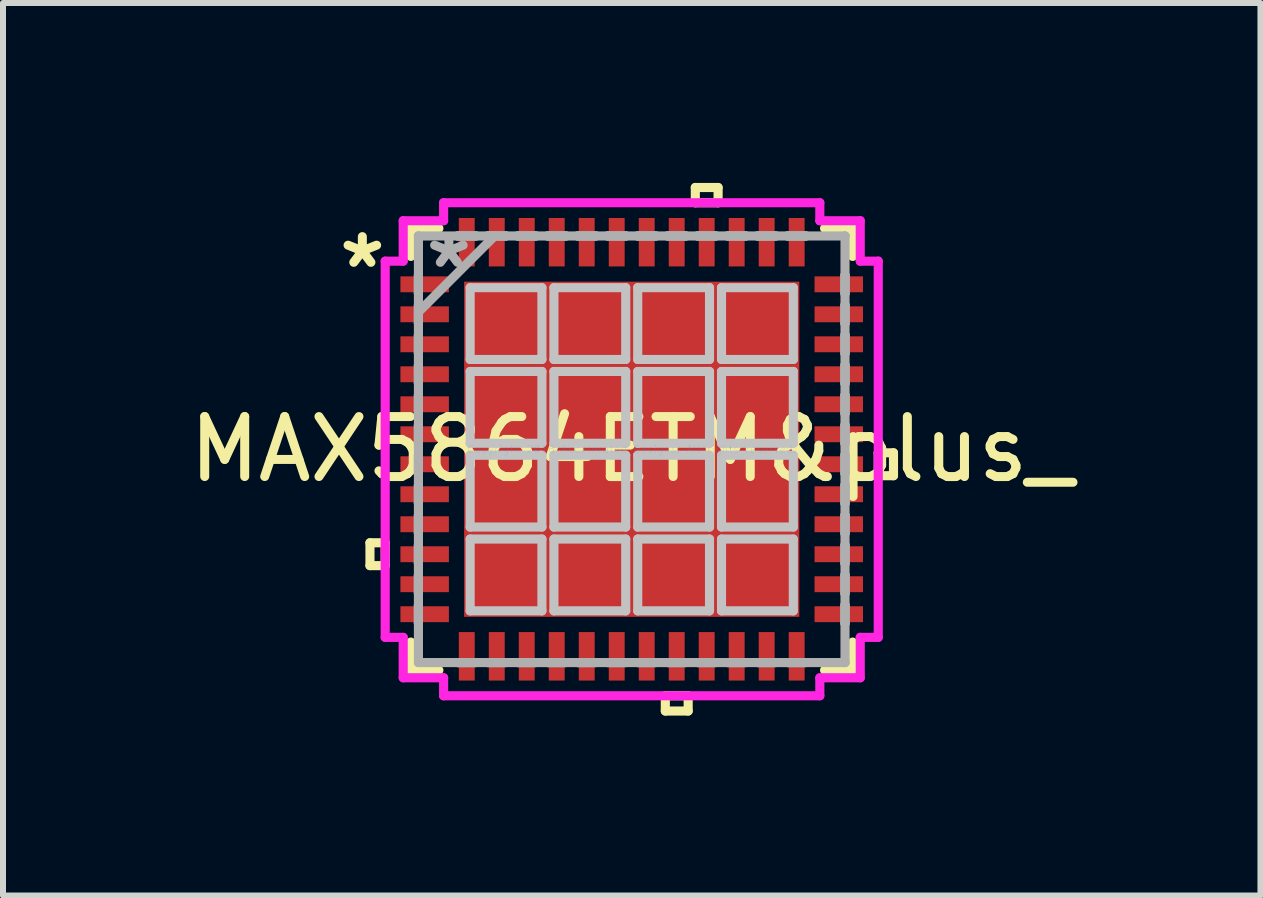
<source format=kicad_pcb>
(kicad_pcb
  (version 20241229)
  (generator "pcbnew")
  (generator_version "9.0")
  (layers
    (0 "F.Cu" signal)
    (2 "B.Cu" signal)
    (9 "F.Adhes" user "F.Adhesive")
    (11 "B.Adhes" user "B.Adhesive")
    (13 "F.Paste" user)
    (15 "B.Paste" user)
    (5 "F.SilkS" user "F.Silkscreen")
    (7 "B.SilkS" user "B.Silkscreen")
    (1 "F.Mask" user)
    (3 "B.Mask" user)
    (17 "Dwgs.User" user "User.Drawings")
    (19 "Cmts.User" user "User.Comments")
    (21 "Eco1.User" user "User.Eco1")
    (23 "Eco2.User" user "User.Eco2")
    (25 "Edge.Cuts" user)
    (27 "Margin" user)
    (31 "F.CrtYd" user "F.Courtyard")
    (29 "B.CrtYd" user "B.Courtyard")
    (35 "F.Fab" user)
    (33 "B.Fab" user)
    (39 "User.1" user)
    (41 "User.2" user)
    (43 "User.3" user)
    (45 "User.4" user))
  (footprint "MAX5864ETM&plus_"
    (layer "F.Cu")
    (at 7.482 4.44)
    (property "Reference" "MAX5864ETM&plus_" (at 0 0 0) (layer "F.SilkS") (effects (font (size 1 1) (thickness 0.15))))
    (attr through_hole)
    (fp_line (start -4.364 1.559) (end -4.364 1.94) (stroke (width 0.152) (type solid)) (layer "F.SilkS"))
    (fp_line (start -4.364 1.94) (end -4.11 1.94) (stroke (width 0.152) (type solid)) (layer "F.SilkS"))
    (fp_line (start -4.11 1.559) (end -4.364 1.559) (stroke (width 0.152) (type solid)) (layer "F.SilkS"))
    (fp_line (start -4.11 1.94) (end -4.11 1.559) (stroke (width 0.152) (type solid)) (layer "F.SilkS"))
    (fp_line (start -3.683 -3.683) (end -3.683 -3.215) (stroke (width 0.152) (type solid)) (layer "F.SilkS"))
    (fp_line (start -3.683 3.215) (end -3.683 3.683) (stroke (width 0.152) (type solid)) (layer "F.SilkS"))
    (fp_line (start -3.683 3.683) (end -3.215 3.683) (stroke (width 0.152) (type solid)) (layer "F.SilkS"))
    (fp_line (start -3.215 -3.683) (end -3.683 -3.683) (stroke (width 0.152) (type solid)) (layer "F.SilkS"))
    (fp_line (start 0.56 4.11) (end 0.56 4.364) (stroke (width 0.152) (type solid)) (layer "F.SilkS"))
    (fp_line (start 0.56 4.364) (end 0.941 4.364) (stroke (width 0.152) (type solid)) (layer "F.SilkS"))
    (fp_line (start 0.941 4.11) (end 0.56 4.11) (stroke (width 0.152) (type solid)) (layer "F.SilkS"))
    (fp_line (start 0.941 4.364) (end 0.941 4.11) (stroke (width 0.152) (type solid)) (layer "F.SilkS"))
    (fp_line (start 1.06 -4.364) (end 1.44 -4.364) (stroke (width 0.152) (type solid)) (layer "F.SilkS"))
    (fp_line (start 1.06 -4.11) (end 1.06 -4.364) (stroke (width 0.152) (type solid)) (layer "F.SilkS"))
    (fp_line (start 1.44 -4.364) (end 1.44 -4.11) (stroke (width 0.152) (type solid)) (layer "F.SilkS"))
    (fp_line (start 1.44 -4.11) (end 1.06 -4.11) (stroke (width 0.152) (type solid)) (layer "F.SilkS"))
    (fp_line (start 3.215 3.683) (end 3.683 3.683) (stroke (width 0.152) (type solid)) (layer "F.SilkS"))
    (fp_line (start 3.683 -3.683) (end 3.215 -3.683) (stroke (width 0.152) (type solid)) (layer "F.SilkS"))
    (fp_line (start 3.683 -3.215) (end 3.683 -3.683) (stroke (width 0.152) (type solid)) (layer "F.SilkS"))
    (fp_line (start 3.683 3.683) (end 3.683 3.215) (stroke (width 0.152) (type solid)) (layer "F.SilkS"))
    (fp_line (start 4.11 0.059) (end 4.364 0.059) (stroke (width 0.152) (type solid)) (layer "F.SilkS"))
    (fp_line (start 4.11 0.441) (end 4.11 0.059) (stroke (width 0.152) (type solid)) (layer "F.SilkS"))
    (fp_line (start 4.364 0.059) (end 4.364 0.441) (stroke (width 0.152) (type solid)) (layer "F.SilkS"))
    (fp_line (start 4.364 0.441) (end 4.11 0.441) (stroke (width 0.152) (type solid)) (layer "F.SilkS"))
    (fp_line (start -2.694 -2.694) (end -2.694 -1.497) (stroke (width 0.152) (type solid)) (layer "Dwgs.User"))
    (fp_line (start -2.694 -1.497) (end -1.497 -1.497) (stroke (width 0.152) (type solid)) (layer "Dwgs.User"))
    (fp_line (start -2.694 -1.297) (end -2.694 -0.1) (stroke (width 0.152) (type solid)) (layer "Dwgs.User"))
    (fp_line (start -2.694 -0.1) (end -1.497 -0.1) (stroke (width 0.152) (type solid)) (layer "Dwgs.User"))
    (fp_line (start -2.694 0.1) (end -2.694 1.297) (stroke (width 0.152) (type solid)) (layer "Dwgs.User"))
    (fp_line (start -2.694 1.297) (end -1.497 1.297) (stroke (width 0.152) (type solid)) (layer "Dwgs.User"))
    (fp_line (start -2.694 1.497) (end -2.694 2.694) (stroke (width 0.152) (type solid)) (layer "Dwgs.User"))
    (fp_line (start -2.694 2.694) (end -1.497 2.694) (stroke (width 0.152) (type solid)) (layer "Dwgs.User"))
    (fp_line (start -1.497 -2.694) (end -2.694 -2.694) (stroke (width 0.152) (type solid)) (layer "Dwgs.User"))
    (fp_line (start -1.497 -1.497) (end -1.497 -2.694) (stroke (width 0.152) (type solid)) (layer "Dwgs.User"))
    (fp_line (start -1.497 -1.297) (end -2.694 -1.297) (stroke (width 0.152) (type solid)) (layer "Dwgs.User"))
    (fp_line (start -1.497 -0.1) (end -1.497 -1.297) (stroke (width 0.152) (type solid)) (layer "Dwgs.User"))
    (fp_line (start -1.497 0.1) (end -2.694 0.1) (stroke (width 0.152) (type solid)) (layer "Dwgs.User"))
    (fp_line (start -1.497 1.297) (end -1.497 0.1) (stroke (width 0.152) (type solid)) (layer "Dwgs.User"))
    (fp_line (start -1.497 1.497) (end -2.694 1.497) (stroke (width 0.152) (type solid)) (layer "Dwgs.User"))
    (fp_line (start -1.497 2.694) (end -1.497 1.497) (stroke (width 0.152) (type solid)) (layer "Dwgs.User"))
    (fp_line (start -1.297 -2.694) (end -1.297 -1.497) (stroke (width 0.152) (type solid)) (layer "Dwgs.User"))
    (fp_line (start -1.297 -1.497) (end -0.1 -1.497) (stroke (width 0.152) (type solid)) (layer "Dwgs.User"))
    (fp_line (start -1.297 -1.297) (end -1.297 -0.1) (stroke (width 0.152) (type solid)) (layer "Dwgs.User"))
    (fp_line (start -1.297 -0.1) (end -0.1 -0.1) (stroke (width 0.152) (type solid)) (layer "Dwgs.User"))
    (fp_line (start -1.297 0.1) (end -1.297 1.297) (stroke (width 0.152) (type solid)) (layer "Dwgs.User"))
    (fp_line (start -1.297 1.297) (end -0.1 1.297) (stroke (width 0.152) (type solid)) (layer "Dwgs.User"))
    (fp_line (start -1.297 1.497) (end -1.297 2.694) (stroke (width 0.152) (type solid)) (layer "Dwgs.User"))
    (fp_line (start -1.297 2.694) (end -0.1 2.694) (stroke (width 0.152) (type solid)) (layer "Dwgs.User"))
    (fp_line (start -0.1 -2.694) (end -1.297 -2.694) (stroke (width 0.152) (type solid)) (layer "Dwgs.User"))
    (fp_line (start -0.1 -1.497) (end -0.1 -2.694) (stroke (width 0.152) (type solid)) (layer "Dwgs.User"))
    (fp_line (start -0.1 -1.297) (end -1.297 -1.297) (stroke (width 0.152) (type solid)) (layer "Dwgs.User"))
    (fp_line (start -0.1 -0.1) (end -0.1 -1.297) (stroke (width 0.152) (type solid)) (layer "Dwgs.User"))
    (fp_line (start -0.1 0.1) (end -1.297 0.1) (stroke (width 0.152) (type solid)) (layer "Dwgs.User"))
    (fp_line (start -0.1 1.297) (end -0.1 0.1) (stroke (width 0.152) (type solid)) (layer "Dwgs.User"))
    (fp_line (start -0.1 1.497) (end -1.297 1.497) (stroke (width 0.152) (type solid)) (layer "Dwgs.User"))
    (fp_line (start -0.1 2.694) (end -0.1 1.497) (stroke (width 0.152) (type solid)) (layer "Dwgs.User"))
    (fp_line (start 0.1 -2.694) (end 0.1 -1.497) (stroke (width 0.152) (type solid)) (layer "Dwgs.User"))
    (fp_line (start 0.1 -1.497) (end 1.297 -1.497) (stroke (width 0.152) (type solid)) (layer "Dwgs.User"))
    (fp_line (start 0.1 -1.297) (end 0.1 -0.1) (stroke (width 0.152) (type solid)) (layer "Dwgs.User"))
    (fp_line (start 0.1 -0.1) (end 1.297 -0.1) (stroke (width 0.152) (type solid)) (layer "Dwgs.User"))
    (fp_line (start 0.1 0.1) (end 0.1 1.297) (stroke (width 0.152) (type solid)) (layer "Dwgs.User"))
    (fp_line (start 0.1 1.297) (end 1.297 1.297) (stroke (width 0.152) (type solid)) (layer "Dwgs.User"))
    (fp_line (start 0.1 1.497) (end 0.1 2.694) (stroke (width 0.152) (type solid)) (layer "Dwgs.User"))
    (fp_line (start 0.1 2.694) (end 1.297 2.694) (stroke (width 0.152) (type solid)) (layer "Dwgs.User"))
    (fp_line (start 1.297 -2.694) (end 0.1 -2.694) (stroke (width 0.152) (type solid)) (layer "Dwgs.User"))
    (fp_line (start 1.297 -1.497) (end 1.297 -2.694) (stroke (width 0.152) (type solid)) (layer "Dwgs.User"))
    (fp_line (start 1.297 -1.297) (end 0.1 -1.297) (stroke (width 0.152) (type solid)) (layer "Dwgs.User"))
    (fp_line (start 1.297 -0.1) (end 1.297 -1.297) (stroke (width 0.152) (type solid)) (layer "Dwgs.User"))
    (fp_line (start 1.297 0.1) (end 0.1 0.1) (stroke (width 0.152) (type solid)) (layer "Dwgs.User"))
    (fp_line (start 1.297 1.297) (end 1.297 0.1) (stroke (width 0.152) (type solid)) (layer "Dwgs.User"))
    (fp_line (start 1.297 1.497) (end 0.1 1.497) (stroke (width 0.152) (type solid)) (layer "Dwgs.User"))
    (fp_line (start 1.297 2.694) (end 1.297 1.497) (stroke (width 0.152) (type solid)) (layer "Dwgs.User"))
    (fp_line (start 1.497 -2.694) (end 1.497 -1.497) (stroke (width 0.152) (type solid)) (layer "Dwgs.User"))
    (fp_line (start 1.497 -1.497) (end 2.694 -1.497) (stroke (width 0.152) (type solid)) (layer "Dwgs.User"))
    (fp_line (start 1.497 -1.297) (end 1.497 -0.1) (stroke (width 0.152) (type solid)) (layer "Dwgs.User"))
    (fp_line (start 1.497 -0.1) (end 2.694 -0.1) (stroke (width 0.152) (type solid)) (layer "Dwgs.User"))
    (fp_line (start 1.497 0.1) (end 1.497 1.297) (stroke (width 0.152) (type solid)) (layer "Dwgs.User"))
    (fp_line (start 1.497 1.297) (end 2.694 1.297) (stroke (width 0.152) (type solid)) (layer "Dwgs.User"))
    (fp_line (start 1.497 1.497) (end 1.497 2.694) (stroke (width 0.152) (type solid)) (layer "Dwgs.User"))
    (fp_line (start 1.497 2.694) (end 2.694 2.694) (stroke (width 0.152) (type solid)) (layer "Dwgs.User"))
    (fp_line (start 2.694 -2.694) (end 1.497 -2.694) (stroke (width 0.152) (type solid)) (layer "Dwgs.User"))
    (fp_line (start 2.694 -1.497) (end 2.694 -2.694) (stroke (width 0.152) (type solid)) (layer "Dwgs.User"))
    (fp_line (start 2.694 -1.297) (end 1.497 -1.297) (stroke (width 0.152) (type solid)) (layer "Dwgs.User"))
    (fp_line (start 2.694 -0.1) (end 2.694 -1.297) (stroke (width 0.152) (type solid)) (layer "Dwgs.User"))
    (fp_line (start 2.694 0.1) (end 1.497 0.1) (stroke (width 0.152) (type solid)) (layer "Dwgs.User"))
    (fp_line (start 2.694 1.297) (end 2.694 0.1) (stroke (width 0.152) (type solid)) (layer "Dwgs.User"))
    (fp_line (start 2.694 1.497) (end 1.497 1.497) (stroke (width 0.152) (type solid)) (layer "Dwgs.User"))
    (fp_line (start 2.694 2.694) (end 2.694 1.497) (stroke (width 0.152) (type solid)) (layer "Dwgs.User"))
    (fp_line (start -4.11 -3.136) (end -3.81 -3.136) (stroke (width 0.152) (type solid)) (layer "F.CrtYd"))
    (fp_line (start -4.11 3.136) (end -4.11 -3.136) (stroke (width 0.152) (type solid)) (layer "F.CrtYd"))
    (fp_line (start -3.81 -3.81) (end -3.136 -3.81) (stroke (width 0.152) (type solid)) (layer "F.CrtYd"))
    (fp_line (start -3.81 -3.136) (end -3.81 -3.81) (stroke (width 0.152) (type solid)) (layer "F.CrtYd"))
    (fp_line (start -3.81 3.136) (end -4.11 3.136) (stroke (width 0.152) (type solid)) (layer "F.CrtYd"))
    (fp_line (start -3.81 3.81) (end -3.81 3.136) (stroke (width 0.152) (type solid)) (layer "F.CrtYd"))
    (fp_line (start -3.136 -4.11) (end 3.136 -4.11) (stroke (width 0.152) (type solid)) (layer "F.CrtYd"))
    (fp_line (start -3.136 -3.81) (end -3.136 -4.11) (stroke (width 0.152) (type solid)) (layer "F.CrtYd"))
    (fp_line (start -3.136 3.81) (end -3.81 3.81) (stroke (width 0.152) (type solid)) (layer "F.CrtYd"))
    (fp_line (start -3.136 4.11) (end -3.136 3.81) (stroke (width 0.152) (type solid)) (layer "F.CrtYd"))
    (fp_line (start 3.136 -4.11) (end 3.136 -3.81) (stroke (width 0.152) (type solid)) (layer "F.CrtYd"))
    (fp_line (start 3.136 -3.81) (end 3.81 -3.81) (stroke (width 0.152) (type solid)) (layer "F.CrtYd"))
    (fp_line (start 3.136 3.81) (end 3.136 4.11) (stroke (width 0.152) (type solid)) (layer "F.CrtYd"))
    (fp_line (start 3.136 4.11) (end -3.136 4.11) (stroke (width 0.152) (type solid)) (layer "F.CrtYd"))
    (fp_line (start 3.81 -3.81) (end 3.81 -3.136) (stroke (width 0.152) (type solid)) (layer "F.CrtYd"))
    (fp_line (start 3.81 -3.136) (end 4.11 -3.136) (stroke (width 0.152) (type solid)) (layer "F.CrtYd"))
    (fp_line (start 3.81 3.136) (end 3.81 3.81) (stroke (width 0.152) (type solid)) (layer "F.CrtYd"))
    (fp_line (start 3.81 3.81) (end 3.136 3.81) (stroke (width 0.152) (type solid)) (layer "F.CrtYd"))
    (fp_line (start 4.11 -3.136) (end 4.11 3.136) (stroke (width 0.152) (type solid)) (layer "F.CrtYd"))
    (fp_line (start 4.11 3.136) (end 3.81 3.136) (stroke (width 0.152) (type solid)) (layer "F.CrtYd"))
    (fp_line (start -3.556 -3.556) (end -3.556 -3.556) (stroke (width 0.152) (type solid)) (layer "F.Fab"))
    (fp_line (start -3.556 -3.556) (end -3.556 3.556) (stroke (width 0.152) (type solid)) (layer "F.Fab"))
    (fp_line (start -3.556 -2.902) (end -3.556 -2.902) (stroke (width 0.152) (type solid)) (layer "F.Fab"))
    (fp_line (start -3.556 -2.902) (end -3.556 -2.598) (stroke (width 0.152) (type solid)) (layer "F.Fab"))
    (fp_line (start -3.556 -2.598) (end -3.556 -2.902) (stroke (width 0.152) (type solid)) (layer "F.Fab"))
    (fp_line (start -3.556 -2.598) (end -3.556 -2.598) (stroke (width 0.152) (type solid)) (layer "F.Fab"))
    (fp_line (start -3.556 -2.402) (end -3.556 -2.402) (stroke (width 0.152) (type solid)) (layer "F.Fab"))
    (fp_line (start -3.556 -2.402) (end -3.556 -2.098) (stroke (width 0.152) (type solid)) (layer "F.Fab"))
    (fp_line (start -3.556 -2.286) (end -2.286 -3.556) (stroke (width 0.152) (type solid)) (layer "F.Fab"))
    (fp_line (start -3.556 -2.098) (end -3.556 -2.402) (stroke (width 0.152) (type solid)) (layer "F.Fab"))
    (fp_line (start -3.556 -2.098) (end -3.556 -2.098) (stroke (width 0.152) (type solid)) (layer "F.Fab"))
    (fp_line (start -3.556 -1.902) (end -3.556 -1.902) (stroke (width 0.152) (type solid)) (layer "F.Fab"))
    (fp_line (start -3.556 -1.902) (end -3.556 -1.598) (stroke (width 0.152) (type solid)) (layer "F.Fab"))
    (fp_line (start -3.556 -1.598) (end -3.556 -1.902) (stroke (width 0.152) (type solid)) (layer "F.Fab"))
    (fp_line (start -3.556 -1.598) (end -3.556 -1.598) (stroke (width 0.152) (type solid)) (layer "F.Fab"))
    (fp_line (start -3.556 -1.402) (end -3.556 -1.402) (stroke (width 0.152) (type solid)) (layer "F.Fab"))
    (fp_line (start -3.556 -1.402) (end -3.556 -1.098) (stroke (width 0.152) (type solid)) (layer "F.Fab"))
    (fp_line (start -3.556 -1.098) (end -3.556 -1.402) (stroke (width 0.152) (type solid)) (layer "F.Fab"))
    (fp_line (start -3.556 -1.098) (end -3.556 -1.098) (stroke (width 0.152) (type solid)) (layer "F.Fab"))
    (fp_line (start -3.556 -0.902) (end -3.556 -0.902) (stroke (width 0.152) (type solid)) (layer "F.Fab"))
    (fp_line (start -3.556 -0.902) (end -3.556 -0.598) (stroke (width 0.152) (type solid)) (layer "F.Fab"))
    (fp_line (start -3.556 -0.598) (end -3.556 -0.902) (stroke (width 0.152) (type solid)) (layer "F.Fab"))
    (fp_line (start -3.556 -0.598) (end -3.556 -0.598) (stroke (width 0.152) (type solid)) (layer "F.Fab"))
    (fp_line (start -3.556 -0.402) (end -3.556 -0.402) (stroke (width 0.152) (type solid)) (layer "F.Fab"))
    (fp_line (start -3.556 -0.402) (end -3.556 -0.098) (stroke (width 0.152) (type solid)) (layer "F.Fab"))
    (fp_line (start -3.556 -0.098) (end -3.556 -0.402) (stroke (width 0.152) (type solid)) (layer "F.Fab"))
    (fp_line (start -3.556 -0.098) (end -3.556 -0.098) (stroke (width 0.152) (type solid)) (layer "F.Fab"))
    (fp_line (start -3.556 0.098) (end -3.556 0.098) (stroke (width 0.152) (type solid)) (layer "F.Fab"))
    (fp_line (start -3.556 0.098) (end -3.556 0.402) (stroke (width 0.152) (type solid)) (layer "F.Fab"))
    (fp_line (start -3.556 0.402) (end -3.556 0.098) (stroke (width 0.152) (type solid)) (layer "F.Fab"))
    (fp_line (start -3.556 0.402) (end -3.556 0.402) (stroke (width 0.152) (type solid)) (layer "F.Fab"))
    (fp_line (start -3.556 0.598) (end -3.556 0.598) (stroke (width 0.152) (type solid)) (layer "F.Fab"))
    (fp_line (start -3.556 0.598) (end -3.556 0.902) (stroke (width 0.152) (type solid)) (layer "F.Fab"))
    (fp_line (start -3.556 0.902) (end -3.556 0.598) (stroke (width 0.152) (type solid)) (layer "F.Fab"))
    (fp_line (start -3.556 0.902) (end -3.556 0.902) (stroke (width 0.152) (type solid)) (layer "F.Fab"))
    (fp_line (start -3.556 1.098) (end -3.556 1.098) (stroke (width 0.152) (type solid)) (layer "F.Fab"))
    (fp_line (start -3.556 1.098) (end -3.556 1.402) (stroke (width 0.152) (type solid)) (layer "F.Fab"))
    (fp_line (start -3.556 1.402) (end -3.556 1.098) (stroke (width 0.152) (type solid)) (layer "F.Fab"))
    (fp_line (start -3.556 1.402) (end -3.556 1.402) (stroke (width 0.152) (type solid)) (layer "F.Fab"))
    (fp_line (start -3.556 1.598) (end -3.556 1.598) (stroke (width 0.152) (type solid)) (layer "F.Fab"))
    (fp_line (start -3.556 1.598) (end -3.556 1.902) (stroke (width 0.152) (type solid)) (layer "F.Fab"))
    (fp_line (start -3.556 1.902) (end -3.556 1.598) (stroke (width 0.152) (type solid)) (layer "F.Fab"))
    (fp_line (start -3.556 1.902) (end -3.556 1.902) (stroke (width 0.152) (type solid)) (layer "F.Fab"))
    (fp_line (start -3.556 2.098) (end -3.556 2.098) (stroke (width 0.152) (type solid)) (layer "F.Fab"))
    (fp_line (start -3.556 2.098) (end -3.556 2.402) (stroke (width 0.152) (type solid)) (layer "F.Fab"))
    (fp_line (start -3.556 2.402) (end -3.556 2.098) (stroke (width 0.152) (type solid)) (layer "F.Fab"))
    (fp_line (start -3.556 2.402) (end -3.556 2.402) (stroke (width 0.152) (type solid)) (layer "F.Fab"))
    (fp_line (start -3.556 2.598) (end -3.556 2.598) (stroke (width 0.152) (type solid)) (layer "F.Fab"))
    (fp_line (start -3.556 2.598) (end -3.556 2.902) (stroke (width 0.152) (type solid)) (layer "F.Fab"))
    (fp_line (start -3.556 2.902) (end -3.556 2.598) (stroke (width 0.152) (type solid)) (layer "F.Fab"))
    (fp_line (start -3.556 2.902) (end -3.556 2.902) (stroke (width 0.152) (type solid)) (layer "F.Fab"))
    (fp_line (start -3.556 3.556) (end -3.556 3.556) (stroke (width 0.152) (type solid)) (layer "F.Fab"))
    (fp_line (start -3.556 3.556) (end 3.556 3.556) (stroke (width 0.152) (type solid)) (layer "F.Fab"))
    (fp_line (start -2.902 -3.556) (end -2.902 -3.556) (stroke (width 0.152) (type solid)) (layer "F.Fab"))
    (fp_line (start -2.902 -3.556) (end -2.598 -3.556) (stroke (width 0.152) (type solid)) (layer "F.Fab"))
    (fp_line (start -2.902 3.556) (end -2.902 3.556) (stroke (width 0.152) (type solid)) (layer "F.Fab"))
    (fp_line (start -2.902 3.556) (end -2.598 3.556) (stroke (width 0.152) (type solid)) (layer "F.Fab"))
    (fp_line (start -2.598 -3.556) (end -2.902 -3.556) (stroke (width 0.152) (type solid)) (layer "F.Fab"))
    (fp_line (start -2.598 -3.556) (end -2.598 -3.556) (stroke (width 0.152) (type solid)) (layer "F.Fab"))
    (fp_line (start -2.598 3.556) (end -2.902 3.556) (stroke (width 0.152) (type solid)) (layer "F.Fab"))
    (fp_line (start -2.598 3.556) (end -2.598 3.556) (stroke (width 0.152) (type solid)) (layer "F.Fab"))
    (fp_line (start -2.402 -3.556) (end -2.402 -3.556) (stroke (width 0.152) (type solid)) (layer "F.Fab"))
    (fp_line (start -2.402 -3.556) (end -2.098 -3.556) (stroke (width 0.152) (type solid)) (layer "F.Fab"))
    (fp_line (start -2.402 3.556) (end -2.402 3.556) (stroke (width 0.152) (type solid)) (layer "F.Fab"))
    (fp_line (start -2.402 3.556) (end -2.098 3.556) (stroke (width 0.152) (type solid)) (layer "F.Fab"))
    (fp_line (start -2.098 -3.556) (end -2.402 -3.556) (stroke (width 0.152) (type solid)) (layer "F.Fab"))
    (fp_line (start -2.098 -3.556) (end -2.098 -3.556) (stroke (width 0.152) (type solid)) (layer "F.Fab"))
    (fp_line (start -2.098 3.556) (end -2.402 3.556) (stroke (width 0.152) (type solid)) (layer "F.Fab"))
    (fp_line (start -2.098 3.556) (end -2.098 3.556) (stroke (width 0.152) (type solid)) (layer "F.Fab"))
    (fp_line (start -1.902 -3.556) (end -1.902 -3.556) (stroke (width 0.152) (type solid)) (layer "F.Fab"))
    (fp_line (start -1.902 -3.556) (end -1.598 -3.556) (stroke (width 0.152) (type solid)) (layer "F.Fab"))
    (fp_line (start -1.902 3.556) (end -1.902 3.556) (stroke (width 0.152) (type solid)) (layer "F.Fab"))
    (fp_line (start -1.902 3.556) (end -1.598 3.556) (stroke (width 0.152) (type solid)) (layer "F.Fab"))
    (fp_line (start -1.598 -3.556) (end -1.902 -3.556) (stroke (width 0.152) (type solid)) (layer "F.Fab"))
    (fp_line (start -1.598 -3.556) (end -1.598 -3.556) (stroke (width 0.152) (type solid)) (layer "F.Fab"))
    (fp_line (start -1.598 3.556) (end -1.902 3.556) (stroke (width 0.152) (type solid)) (layer "F.Fab"))
    (fp_line (start -1.598 3.556) (end -1.598 3.556) (stroke (width 0.152) (type solid)) (layer "F.Fab"))
    (fp_line (start -1.402 -3.556) (end -1.402 -3.556) (stroke (width 0.152) (type solid)) (layer "F.Fab"))
    (fp_line (start -1.402 -3.556) (end -1.098 -3.556) (stroke (width 0.152) (type solid)) (layer "F.Fab"))
    (fp_line (start -1.402 3.556) (end -1.402 3.556) (stroke (width 0.152) (type solid)) (layer "F.Fab"))
    (fp_line (start -1.402 3.556) (end -1.098 3.556) (stroke (width 0.152) (type solid)) (layer "F.Fab"))
    (fp_line (start -1.098 -3.556) (end -1.402 -3.556) (stroke (width 0.152) (type solid)) (layer "F.Fab"))
    (fp_line (start -1.098 -3.556) (end -1.098 -3.556) (stroke (width 0.152) (type solid)) (layer "F.Fab"))
    (fp_line (start -1.098 3.556) (end -1.402 3.556) (stroke (width 0.152) (type solid)) (layer "F.Fab"))
    (fp_line (start -1.098 3.556) (end -1.098 3.556) (stroke (width 0.152) (type solid)) (layer "F.Fab"))
    (fp_line (start -0.902 -3.556) (end -0.902 -3.556) (stroke (width 0.152) (type solid)) (layer "F.Fab"))
    (fp_line (start -0.902 -3.556) (end -0.598 -3.556) (stroke (width 0.152) (type solid)) (layer "F.Fab"))
    (fp_line (start -0.902 3.556) (end -0.902 3.556) (stroke (width 0.152) (type solid)) (layer "F.Fab"))
    (fp_line (start -0.902 3.556) (end -0.598 3.556) (stroke (width 0.152) (type solid)) (layer "F.Fab"))
    (fp_line (start -0.598 -3.556) (end -0.902 -3.556) (stroke (width 0.152) (type solid)) (layer "F.Fab"))
    (fp_line (start -0.598 -3.556) (end -0.598 -3.556) (stroke (width 0.152) (type solid)) (layer "F.Fab"))
    (fp_line (start -0.598 3.556) (end -0.902 3.556) (stroke (width 0.152) (type solid)) (layer "F.Fab"))
    (fp_line (start -0.598 3.556) (end -0.598 3.556) (stroke (width 0.152) (type solid)) (layer "F.Fab"))
    (fp_line (start -0.402 -3.556) (end -0.402 -3.556) (stroke (width 0.152) (type solid)) (layer "F.Fab"))
    (fp_line (start -0.402 -3.556) (end -0.098 -3.556) (stroke (width 0.152) (type solid)) (layer "F.Fab"))
    (fp_line (start -0.402 3.556) (end -0.402 3.556) (stroke (width 0.152) (type solid)) (layer "F.Fab"))
    (fp_line (start -0.402 3.556) (end -0.098 3.556) (stroke (width 0.152) (type solid)) (layer "F.Fab"))
    (fp_line (start -0.098 -3.556) (end -0.402 -3.556) (stroke (width 0.152) (type solid)) (layer "F.Fab"))
    (fp_line (start -0.098 -3.556) (end -0.098 -3.556) (stroke (width 0.152) (type solid)) (layer "F.Fab"))
    (fp_line (start -0.098 3.556) (end -0.402 3.556) (stroke (width 0.152) (type solid)) (layer "F.Fab"))
    (fp_line (start -0.098 3.556) (end -0.098 3.556) (stroke (width 0.152) (type solid)) (layer "F.Fab"))
    (fp_line (start 0.098 -3.556) (end 0.098 -3.556) (stroke (width 0.152) (type solid)) (layer "F.Fab"))
    (fp_line (start 0.098 -3.556) (end 0.402 -3.556) (stroke (width 0.152) (type solid)) (layer "F.Fab"))
    (fp_line (start 0.098 3.556) (end 0.098 3.556) (stroke (width 0.152) (type solid)) (layer "F.Fab"))
    (fp_line (start 0.098 3.556) (end 0.402 3.556) (stroke (width 0.152) (type solid)) (layer "F.Fab"))
    (fp_line (start 0.402 -3.556) (end 0.098 -3.556) (stroke (width 0.152) (type solid)) (layer "F.Fab"))
    (fp_line (start 0.402 -3.556) (end 0.402 -3.556) (stroke (width 0.152) (type solid)) (layer "F.Fab"))
    (fp_line (start 0.402 3.556) (end 0.098 3.556) (stroke (width 0.152) (type solid)) (layer "F.Fab"))
    (fp_line (start 0.402 3.556) (end 0.402 3.556) (stroke (width 0.152) (type solid)) (layer "F.Fab"))
    (fp_line (start 0.598 -3.556) (end 0.598 -3.556) (stroke (width 0.152) (type solid)) (layer "F.Fab"))
    (fp_line (start 0.598 -3.556) (end 0.902 -3.556) (stroke (width 0.152) (type solid)) (layer "F.Fab"))
    (fp_line (start 0.598 3.556) (end 0.598 3.556) (stroke (width 0.152) (type solid)) (layer "F.Fab"))
    (fp_line (start 0.598 3.556) (end 0.902 3.556) (stroke (width 0.152) (type solid)) (layer "F.Fab"))
    (fp_line (start 0.902 -3.556) (end 0.598 -3.556) (stroke (width 0.152) (type solid)) (layer "F.Fab"))
    (fp_line (start 0.902 -3.556) (end 0.902 -3.556) (stroke (width 0.152) (type solid)) (layer "F.Fab"))
    (fp_line (start 0.902 3.556) (end 0.598 3.556) (stroke (width 0.152) (type solid)) (layer "F.Fab"))
    (fp_line (start 0.902 3.556) (end 0.902 3.556) (stroke (width 0.152) (type solid)) (layer "F.Fab"))
    (fp_line (start 1.098 -3.556) (end 1.098 -3.556) (stroke (width 0.152) (type solid)) (layer "F.Fab"))
    (fp_line (start 1.098 -3.556) (end 1.402 -3.556) (stroke (width 0.152) (type solid)) (layer "F.Fab"))
    (fp_line (start 1.098 3.556) (end 1.098 3.556) (stroke (width 0.152) (type solid)) (layer "F.Fab"))
    (fp_line (start 1.098 3.556) (end 1.402 3.556) (stroke (width 0.152) (type solid)) (layer "F.Fab"))
    (fp_line (start 1.402 -3.556) (end 1.098 -3.556) (stroke (width 0.152) (type solid)) (layer "F.Fab"))
    (fp_line (start 1.402 -3.556) (end 1.402 -3.556) (stroke (width 0.152) (type solid)) (layer "F.Fab"))
    (fp_line (start 1.402 3.556) (end 1.098 3.556) (stroke (width 0.152) (type solid)) (layer "F.Fab"))
    (fp_line (start 1.402 3.556) (end 1.402 3.556) (stroke (width 0.152) (type solid)) (layer "F.Fab"))
    (fp_line (start 1.598 -3.556) (end 1.598 -3.556) (stroke (width 0.152) (type solid)) (layer "F.Fab"))
    (fp_line (start 1.598 -3.556) (end 1.902 -3.556) (stroke (width 0.152) (type solid)) (layer "F.Fab"))
    (fp_line (start 1.598 3.556) (end 1.598 3.556) (stroke (width 0.152) (type solid)) (layer "F.Fab"))
    (fp_line (start 1.598 3.556) (end 1.902 3.556) (stroke (width 0.152) (type solid)) (layer "F.Fab"))
    (fp_line (start 1.902 -3.556) (end 1.598 -3.556) (stroke (width 0.152) (type solid)) (layer "F.Fab"))
    (fp_line (start 1.902 -3.556) (end 1.902 -3.556) (stroke (width 0.152) (type solid)) (layer "F.Fab"))
    (fp_line (start 1.902 3.556) (end 1.598 3.556) (stroke (width 0.152) (type solid)) (layer "F.Fab"))
    (fp_line (start 1.902 3.556) (end 1.902 3.556) (stroke (width 0.152) (type solid)) (layer "F.Fab"))
    (fp_line (start 2.098 -3.556) (end 2.098 -3.556) (stroke (width 0.152) (type solid)) (layer "F.Fab"))
    (fp_line (start 2.098 -3.556) (end 2.402 -3.556) (stroke (width 0.152) (type solid)) (layer "F.Fab"))
    (fp_line (start 2.098 3.556) (end 2.098 3.556) (stroke (width 0.152) (type solid)) (layer "F.Fab"))
    (fp_line (start 2.098 3.556) (end 2.402 3.556) (stroke (width 0.152) (type solid)) (layer "F.Fab"))
    (fp_line (start 2.402 -3.556) (end 2.098 -3.556) (stroke (width 0.152) (type solid)) (layer "F.Fab"))
    (fp_line (start 2.402 -3.556) (end 2.402 -3.556) (stroke (width 0.152) (type solid)) (layer "F.Fab"))
    (fp_line (start 2.402 3.556) (end 2.098 3.556) (stroke (width 0.152) (type solid)) (layer "F.Fab"))
    (fp_line (start 2.402 3.556) (end 2.402 3.556) (stroke (width 0.152) (type solid)) (layer "F.Fab"))
    (fp_line (start 2.598 -3.556) (end 2.598 -3.556) (stroke (width 0.152) (type solid)) (layer "F.Fab"))
    (fp_line (start 2.598 -3.556) (end 2.902 -3.556) (stroke (width 0.152) (type solid)) (layer "F.Fab"))
    (fp_line (start 2.598 3.556) (end 2.598 3.556) (stroke (width 0.152) (type solid)) (layer "F.Fab"))
    (fp_line (start 2.598 3.556) (end 2.902 3.556) (stroke (width 0.152) (type solid)) (layer "F.Fab"))
    (fp_line (start 2.902 -3.556) (end 2.598 -3.556) (stroke (width 0.152) (type solid)) (layer "F.Fab"))
    (fp_line (start 2.902 -3.556) (end 2.902 -3.556) (stroke (width 0.152) (type solid)) (layer "F.Fab"))
    (fp_line (start 2.902 3.556) (end 2.598 3.556) (stroke (width 0.152) (type solid)) (layer "F.Fab"))
    (fp_line (start 2.902 3.556) (end 2.902 3.556) (stroke (width 0.152) (type solid)) (layer "F.Fab"))
    (fp_line (start 3.556 -3.556) (end -3.556 -3.556) (stroke (width 0.152) (type solid)) (layer "F.Fab"))
    (fp_line (start 3.556 -3.556) (end 3.556 -3.556) (stroke (width 0.152) (type solid)) (layer "F.Fab"))
    (fp_line (start 3.556 -2.902) (end 3.556 -2.902) (stroke (width 0.152) (type solid)) (layer "F.Fab"))
    (fp_line (start 3.556 -2.902) (end 3.556 -2.598) (stroke (width 0.152) (type solid)) (layer "F.Fab"))
    (fp_line (start 3.556 -2.598) (end 3.556 -2.902) (stroke (width 0.152) (type solid)) (layer "F.Fab"))
    (fp_line (start 3.556 -2.598) (end 3.556 -2.598) (stroke (width 0.152) (type solid)) (layer "F.Fab"))
    (fp_line (start 3.556 -2.402) (end 3.556 -2.402) (stroke (width 0.152) (type solid)) (layer "F.Fab"))
    (fp_line (start 3.556 -2.402) (end 3.556 -2.098) (stroke (width 0.152) (type solid)) (layer "F.Fab"))
    (fp_line (start 3.556 -2.098) (end 3.556 -2.402) (stroke (width 0.152) (type solid)) (layer "F.Fab"))
    (fp_line (start 3.556 -2.098) (end 3.556 -2.098) (stroke (width 0.152) (type solid)) (layer "F.Fab"))
    (fp_line (start 3.556 -1.902) (end 3.556 -1.902) (stroke (width 0.152) (type solid)) (layer "F.Fab"))
    (fp_line (start 3.556 -1.902) (end 3.556 -1.598) (stroke (width 0.152) (type solid)) (layer "F.Fab"))
    (fp_line (start 3.556 -1.598) (end 3.556 -1.902) (stroke (width 0.152) (type solid)) (layer "F.Fab"))
    (fp_line (start 3.556 -1.598) (end 3.556 -1.598) (stroke (width 0.152) (type solid)) (layer "F.Fab"))
    (fp_line (start 3.556 -1.402) (end 3.556 -1.402) (stroke (width 0.152) (type solid)) (layer "F.Fab"))
    (fp_line (start 3.556 -1.402) (end 3.556 -1.098) (stroke (width 0.152) (type solid)) (layer "F.Fab"))
    (fp_line (start 3.556 -1.098) (end 3.556 -1.402) (stroke (width 0.152) (type solid)) (layer "F.Fab"))
    (fp_line (start 3.556 -1.098) (end 3.556 -1.098) (stroke (width 0.152) (type solid)) (layer "F.Fab"))
    (fp_line (start 3.556 -0.902) (end 3.556 -0.902) (stroke (width 0.152) (type solid)) (layer "F.Fab"))
    (fp_line (start 3.556 -0.902) (end 3.556 -0.598) (stroke (width 0.152) (type solid)) (layer "F.Fab"))
    (fp_line (start 3.556 -0.598) (end 3.556 -0.902) (stroke (width 0.152) (type solid)) (layer "F.Fab"))
    (fp_line (start 3.556 -0.598) (end 3.556 -0.598) (stroke (width 0.152) (type solid)) (layer "F.Fab"))
    (fp_line (start 3.556 -0.402) (end 3.556 -0.402) (stroke (width 0.152) (type solid)) (layer "F.Fab"))
    (fp_line (start 3.556 -0.402) (end 3.556 -0.098) (stroke (width 0.152) (type solid)) (layer "F.Fab"))
    (fp_line (start 3.556 -0.098) (end 3.556 -0.402) (stroke (width 0.152) (type solid)) (layer "F.Fab"))
    (fp_line (start 3.556 -0.098) (end 3.556 -0.098) (stroke (width 0.152) (type solid)) (layer "F.Fab"))
    (fp_line (start 3.556 0.098) (end 3.556 0.098) (stroke (width 0.152) (type solid)) (layer "F.Fab"))
    (fp_line (start 3.556 0.098) (end 3.556 0.402) (stroke (width 0.152) (type solid)) (layer "F.Fab"))
    (fp_line (start 3.556 0.402) (end 3.556 0.098) (stroke (width 0.152) (type solid)) (layer "F.Fab"))
    (fp_line (start 3.556 0.402) (end 3.556 0.402) (stroke (width 0.152) (type solid)) (layer "F.Fab"))
    (fp_line (start 3.556 0.598) (end 3.556 0.598) (stroke (width 0.152) (type solid)) (layer "F.Fab"))
    (fp_line (start 3.556 0.598) (end 3.556 0.902) (stroke (width 0.152) (type solid)) (layer "F.Fab"))
    (fp_line (start 3.556 0.902) (end 3.556 0.598) (stroke (width 0.152) (type solid)) (layer "F.Fab"))
    (fp_line (start 3.556 0.902) (end 3.556 0.902) (stroke (width 0.152) (type solid)) (layer "F.Fab"))
    (fp_line (start 3.556 1.098) (end 3.556 1.098) (stroke (width 0.152) (type solid)) (layer "F.Fab"))
    (fp_line (start 3.556 1.098) (end 3.556 1.402) (stroke (width 0.152) (type solid)) (layer "F.Fab"))
    (fp_line (start 3.556 1.402) (end 3.556 1.098) (stroke (width 0.152) (type solid)) (layer "F.Fab"))
    (fp_line (start 3.556 1.402) (end 3.556 1.402) (stroke (width 0.152) (type solid)) (layer "F.Fab"))
    (fp_line (start 3.556 1.598) (end 3.556 1.598) (stroke (width 0.152) (type solid)) (layer "F.Fab"))
    (fp_line (start 3.556 1.598) (end 3.556 1.902) (stroke (width 0.152) (type solid)) (layer "F.Fab"))
    (fp_line (start 3.556 1.902) (end 3.556 1.598) (stroke (width 0.152) (type solid)) (layer "F.Fab"))
    (fp_line (start 3.556 1.902) (end 3.556 1.902) (stroke (width 0.152) (type solid)) (layer "F.Fab"))
    (fp_line (start 3.556 2.098) (end 3.556 2.098) (stroke (width 0.152) (type solid)) (layer "F.Fab"))
    (fp_line (start 3.556 2.098) (end 3.556 2.402) (stroke (width 0.152) (type solid)) (layer "F.Fab"))
    (fp_line (start 3.556 2.402) (end 3.556 2.098) (stroke (width 0.152) (type solid)) (layer "F.Fab"))
    (fp_line (start 3.556 2.402) (end 3.556 2.402) (stroke (width 0.152) (type solid)) (layer "F.Fab"))
    (fp_line (start 3.556 2.598) (end 3.556 2.598) (stroke (width 0.152) (type solid)) (layer "F.Fab"))
    (fp_line (start 3.556 2.598) (end 3.556 2.902) (stroke (width 0.152) (type solid)) (layer "F.Fab"))
    (fp_line (start 3.556 2.902) (end 3.556 2.598) (stroke (width 0.152) (type solid)) (layer "F.Fab"))
    (fp_line (start 3.556 2.902) (end 3.556 2.902) (stroke (width 0.152) (type solid)) (layer "F.Fab"))
    (fp_line (start 3.556 3.556) (end 3.556 -3.556) (stroke (width 0.152) (type solid)) (layer "F.Fab"))
    (fp_line (start 3.556 3.556) (end 3.556 3.556) (stroke (width 0.152) (type solid)) (layer "F.Fab"))
    (fp_text user "*" (at -4.491 -3 0) (layer "F.SilkS") (effects (font (size 1 1) (thickness 0.15))))
    (fp_text user "Copyright 2016 Accelerated Designs. All rights reserved." (at 0 0 0) (layer "Cmts.User") (effects (font (size 0.127 0.127) (thickness 0.002))))
    (fp_text user "*" (at -3.048 -3 0) (layer "F.Fab") (effects (font (size 1 1) (thickness 0.15))))
    (pad "1" smd rect (at -3.452 -2.75 90) (size 0.265 0.808) (layers "F.Cu" "F.Mask" "F.Paste"))
    (pad "2" smd rect (at -3.452 -2.25 90) (size 0.265 0.808) (layers "F.Cu" "F.Mask" "F.Paste"))
    (pad "3" smd rect (at -3.452 -1.75 90) (size 0.265 0.808) (layers "F.Cu" "F.Mask" "F.Paste"))
    (pad "4" smd rect (at -3.452 -1.25 90) (size 0.265 0.808) (layers "F.Cu" "F.Mask" "F.Paste"))
    (pad "5" smd rect (at -3.452 -0.75 90) (size 0.265 0.808) (layers "F.Cu" "F.Mask" "F.Paste"))
    (pad "6" smd rect (at -3.452 -0.25 90) (size 0.265 0.808) (layers "F.Cu" "F.Mask" "F.Paste"))
    (pad "7" smd rect (at -3.452 0.25 90) (size 0.265 0.808) (layers "F.Cu" "F.Mask" "F.Paste"))
    (pad "8" smd rect (at -3.452 0.75 90) (size 0.265 0.808) (layers "F.Cu" "F.Mask" "F.Paste"))
    (pad "9" smd rect (at -3.452 1.25 90) (size 0.265 0.808) (layers "F.Cu" "F.Mask" "F.Paste"))
    (pad "10" smd rect (at -3.452 1.75 90) (size 0.265 0.808) (layers "F.Cu" "F.Mask" "F.Paste"))
    (pad "11" smd rect (at -3.452 2.25 90) (size 0.265 0.808) (layers "F.Cu" "F.Mask" "F.Paste"))
    (pad "12" smd rect (at -3.452 2.75 90) (size 0.265 0.808) (layers "F.Cu" "F.Mask" "F.Paste"))
    (pad "13" smd rect (at -2.75 3.452) (size 0.265 0.808) (layers "F.Cu" "F.Mask" "F.Paste"))
    (pad "14" smd rect (at -2.25 3.452) (size 0.265 0.808) (layers "F.Cu" "F.Mask" "F.Paste"))
    (pad "15" smd rect (at -1.75 3.452) (size 0.265 0.808) (layers "F.Cu" "F.Mask" "F.Paste"))
    (pad "16" smd rect (at -1.25 3.452) (size 0.265 0.808) (layers "F.Cu" "F.Mask" "F.Paste"))
    (pad "17" smd rect (at -0.75 3.452) (size 0.265 0.808) (layers "F.Cu" "F.Mask" "F.Paste"))
    (pad "18" smd rect (at -0.25 3.452) (size 0.265 0.808) (layers "F.Cu" "F.Mask" "F.Paste"))
    (pad "19" smd rect (at 0.25 3.452) (size 0.265 0.808) (layers "F.Cu" "F.Mask" "F.Paste"))
    (pad "20" smd rect (at 0.75 3.452) (size 0.265 0.808) (layers "F.Cu" "F.Mask" "F.Paste"))
    (pad "21" smd rect (at 1.25 3.452) (size 0.265 0.808) (layers "F.Cu" "F.Mask" "F.Paste"))
    (pad "22" smd rect (at 1.75 3.452) (size 0.265 0.808) (layers "F.Cu" "F.Mask" "F.Paste"))
    (pad "23" smd rect (at 2.25 3.452) (size 0.265 0.808) (layers "F.Cu" "F.Mask" "F.Paste"))
    (pad "24" smd rect (at 2.75 3.452) (size 0.265 0.808) (layers "F.Cu" "F.Mask" "F.Paste"))
    (pad "25" smd rect (at 3.452 2.75 90) (size 0.265 0.808) (layers "F.Cu" "F.Mask" "F.Paste"))
    (pad "26" smd rect (at 3.452 2.25 90) (size 0.265 0.808) (layers "F.Cu" "F.Mask" "F.Paste"))
    (pad "27" smd rect (at 3.452 1.75 90) (size 0.265 0.808) (layers "F.Cu" "F.Mask" "F.Paste"))
    (pad "28" smd rect (at 3.452 1.25 90) (size 0.265 0.808) (layers "F.Cu" "F.Mask" "F.Paste"))
    (pad "29" smd rect (at 3.452 0.75 90) (size 0.265 0.808) (layers "F.Cu" "F.Mask" "F.Paste"))
    (pad "30" smd rect (at 3.452 0.25 90) (size 0.265 0.808) (layers "F.Cu" "F.Mask" "F.Paste"))
    (pad "31" smd rect (at 3.452 -0.25 90) (size 0.265 0.808) (layers "F.Cu" "F.Mask" "F.Paste"))
    (pad "32" smd rect (at 3.452 -0.75 90) (size 0.265 0.808) (layers "F.Cu" "F.Mask" "F.Paste"))
    (pad "33" smd rect (at 3.452 -1.25 90) (size 0.265 0.808) (layers "F.Cu" "F.Mask" "F.Paste"))
    (pad "34" smd rect (at 3.452 -1.75 90) (size 0.265 0.808) (layers "F.Cu" "F.Mask" "F.Paste"))
    (pad "35" smd rect (at 3.452 -2.25 90) (size 0.265 0.808) (layers "F.Cu" "F.Mask" "F.Paste"))
    (pad "36" smd rect (at 3.452 -2.75 90) (size 0.265 0.808) (layers "F.Cu" "F.Mask" "F.Paste"))
    (pad "37" smd rect (at 2.75 -3.452) (size 0.265 0.808) (layers "F.Cu" "F.Mask" "F.Paste"))
    (pad "38" smd rect (at 2.25 -3.452) (size 0.265 0.808) (layers "F.Cu" "F.Mask" "F.Paste"))
    (pad "39" smd rect (at 1.75 -3.452) (size 0.265 0.808) (layers "F.Cu" "F.Mask" "F.Paste"))
    (pad "40" smd rect (at 1.25 -3.452) (size 0.265 0.808) (layers "F.Cu" "F.Mask" "F.Paste"))
    (pad "41" smd rect (at 0.75 -3.452) (size 0.265 0.808) (layers "F.Cu" "F.Mask" "F.Paste"))
    (pad "42" smd rect (at 0.25 -3.452) (size 0.265 0.808) (layers "F.Cu" "F.Mask" "F.Paste"))
    (pad "43" smd rect (at -0.25 -3.452) (size 0.265 0.808) (layers "F.Cu" "F.Mask" "F.Paste"))
    (pad "44" smd rect (at -0.75 -3.452) (size 0.265 0.808) (layers "F.Cu" "F.Mask" "F.Paste"))
    (pad "45" smd rect (at -1.25 -3.452) (size 0.265 0.808) (layers "F.Cu" "F.Mask" "F.Paste"))
    (pad "46" smd rect (at -1.75 -3.452) (size 0.265 0.808) (layers "F.Cu" "F.Mask" "F.Paste"))
    (pad "47" smd rect (at -2.25 -3.452) (size 0.265 0.808) (layers "F.Cu" "F.Mask" "F.Paste"))
    (pad "48" smd rect (at -2.75 -3.452) (size 0.265 0.808) (layers "F.Cu" "F.Mask" "F.Paste"))
    (pad "49" smd rect (at 0 0) (size 5.588 5.588) (layers "F.Cu" "F.Mask" "F.Paste")))
  (gr_rect
    (start -3 -3)
    (end 17.964 11.88)
    (stroke (width 0.1) (type default))
    (fill no)
    (layer "Edge.Cuts")))
</source>
